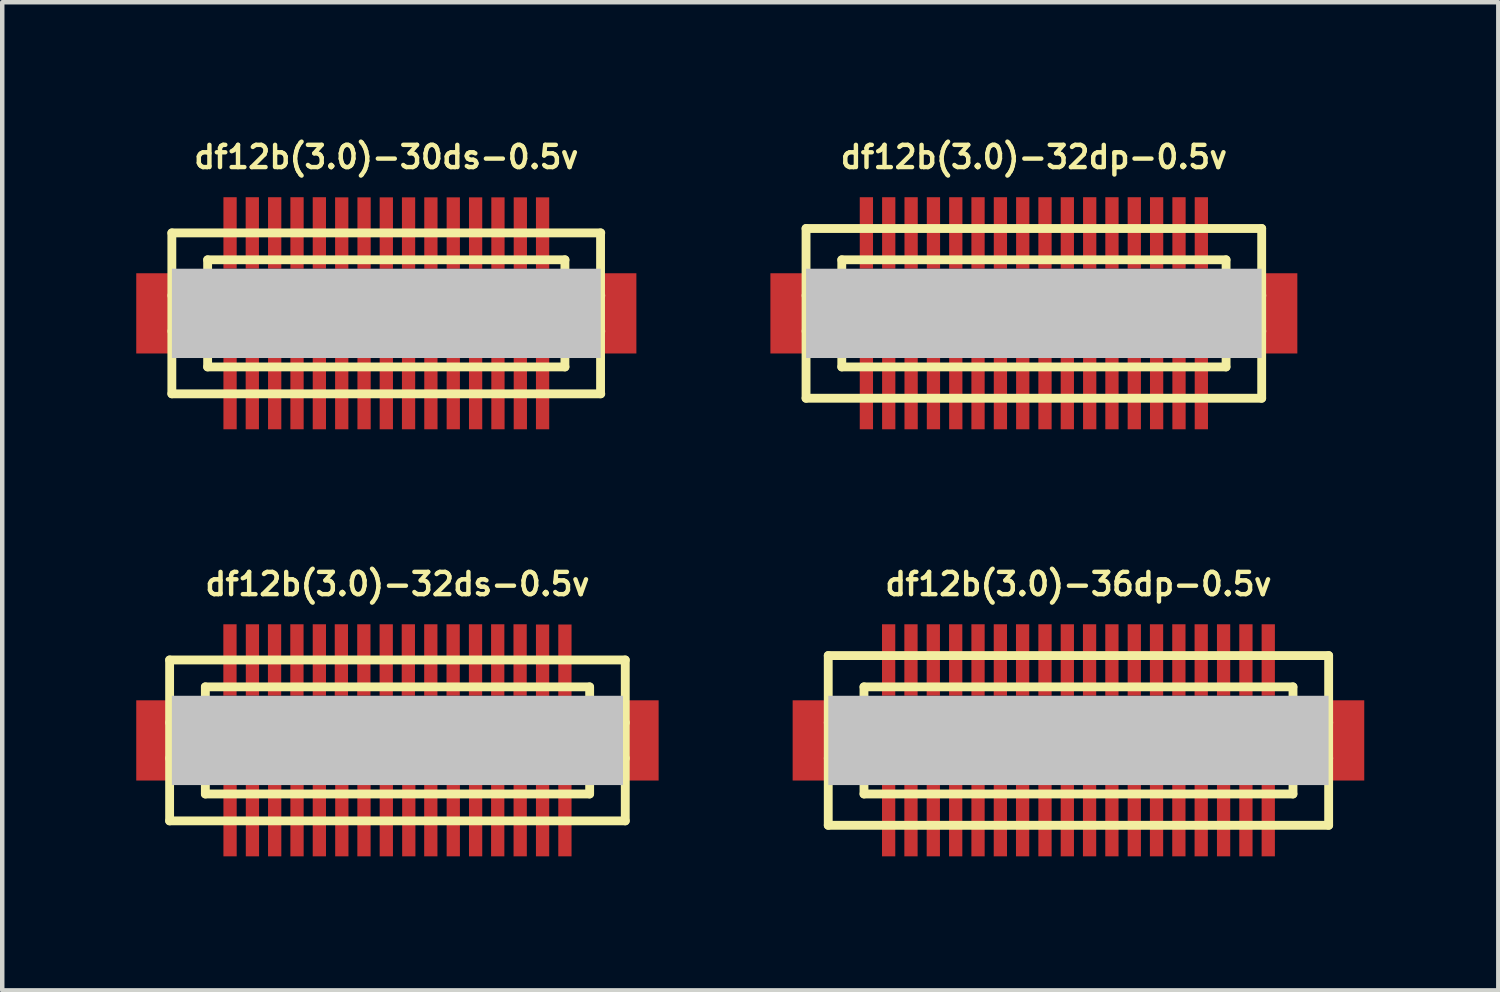
<source format=kicad_pcb>
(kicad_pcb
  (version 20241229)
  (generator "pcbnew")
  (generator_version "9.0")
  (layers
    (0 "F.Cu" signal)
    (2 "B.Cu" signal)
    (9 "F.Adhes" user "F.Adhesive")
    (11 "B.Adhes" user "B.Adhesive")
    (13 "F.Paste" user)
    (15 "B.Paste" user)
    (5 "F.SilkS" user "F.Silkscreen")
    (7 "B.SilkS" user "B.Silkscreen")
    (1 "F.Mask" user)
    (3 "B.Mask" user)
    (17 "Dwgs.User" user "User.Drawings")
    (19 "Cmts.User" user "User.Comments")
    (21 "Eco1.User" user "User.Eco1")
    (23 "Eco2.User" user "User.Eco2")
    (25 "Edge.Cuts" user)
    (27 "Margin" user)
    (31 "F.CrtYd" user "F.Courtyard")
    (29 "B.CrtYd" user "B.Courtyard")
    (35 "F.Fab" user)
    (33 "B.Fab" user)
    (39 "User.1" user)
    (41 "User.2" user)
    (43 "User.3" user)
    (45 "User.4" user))
  (footprint "df12b(3.0)-32ds-0.5v"
    (layer "F.Cu")
    (at 5.847 13.525)
    (property "Reference" "df12b(3.0)-32ds-0.5v" (at 0 -3.5 0) (layer "F.SilkS") (effects (font (size 0.498 0.498) (thickness 0.099))))
    (attr smd)
    (fp_line (start -5.1 -1.801) (end 5.1 -1.801) (stroke (width 0.198) (type solid)) (layer "F.SilkS"))
    (fp_line (start -5.1 1.801) (end -5.1 -1.801) (stroke (width 0.198) (type solid)) (layer "F.SilkS"))
    (fp_line (start -4.3 -1.199) (end 4.3 -1.199) (stroke (width 0.198) (type solid)) (layer "F.SilkS"))
    (fp_line (start -4.3 -0.399) (end -5.1 -0.399) (stroke (width 0.198) (type solid)) (layer "F.SilkS"))
    (fp_line (start -4.3 0.399) (end -5.1 0.399) (stroke (width 0.198) (type solid)) (layer "F.SilkS"))
    (fp_line (start -4.3 0.701) (end 4.3 0.701) (stroke (width 0.198) (type solid)) (layer "F.SilkS"))
    (fp_line (start -4.3 1.199) (end -4.3 -1.199) (stroke (width 0.198) (type solid)) (layer "F.SilkS"))
    (fp_line (start 4.3 -0.701) (end -4.3 -0.701) (stroke (width 0.198) (type solid)) (layer "F.SilkS"))
    (fp_line (start 4.3 1.199) (end -4.3 1.199) (stroke (width 0.198) (type solid)) (layer "F.SilkS"))
    (fp_line (start 4.303 -1.199) (end 4.303 1.199) (stroke (width 0.198) (type solid)) (layer "F.SilkS"))
    (fp_line (start 4.303 -0.399) (end 5.103 -0.399) (stroke (width 0.198) (type solid)) (layer "F.SilkS"))
    (fp_line (start 5.1 -1.801) (end 5.1 1.801) (stroke (width 0.198) (type solid)) (layer "F.SilkS"))
    (fp_line (start 5.1 1.801) (end -5.1 1.801) (stroke (width 0.198) (type solid)) (layer "F.SilkS"))
    (fp_line (start 5.103 0.399) (end 4.303 0.399) (stroke (width 0.198) (type solid)) (layer "F.SilkS"))
    (pad "" smd rect (at -5.448 0) (size 0.798 1.796) (layers "F.Cu" "F.Mask" "F.Paste"))
    (pad "" smd rect (at 0 0) (size 10.099 1.999) (layers "Dwgs.User"))
    (pad "" smd rect (at 5.448 0) (size 0.798 1.796) (layers "F.Cu" "F.Mask" "F.Paste"))
    (pad "1" smd rect (at -3.747 1.796) (size 0.297 1.598) (layers "F.Cu" "F.Mask" "F.Paste"))
    (pad "2" smd rect (at -3.246 1.796) (size 0.297 1.598) (layers "F.Cu" "F.Mask" "F.Paste"))
    (pad "3" smd rect (at -2.748 1.796) (size 0.297 1.598) (layers "F.Cu" "F.Mask" "F.Paste"))
    (pad "4" smd rect (at -2.248 1.796) (size 0.297 1.598) (layers "F.Cu" "F.Mask" "F.Paste"))
    (pad "5" smd rect (at -1.748 1.796) (size 0.297 1.598) (layers "F.Cu" "F.Mask" "F.Paste"))
    (pad "6" smd rect (at -1.245 1.796) (size 0.297 1.598) (layers "F.Cu" "F.Mask" "F.Paste"))
    (pad "7" smd rect (at -0.749 1.796) (size 0.297 1.598) (layers "F.Cu" "F.Mask" "F.Paste"))
    (pad "8" smd rect (at -0.249 1.796) (size 0.297 1.598) (layers "F.Cu" "F.Mask" "F.Paste"))
    (pad "9" smd rect (at 0.254 1.796) (size 0.297 1.598) (layers "F.Cu" "F.Mask" "F.Paste"))
    (pad "10" smd rect (at 0.747 1.796) (size 0.297 1.598) (layers "F.Cu" "F.Mask" "F.Paste"))
    (pad "11" smd rect (at 1.25 1.796) (size 0.297 1.598) (layers "F.Cu" "F.Mask" "F.Paste"))
    (pad "12" smd rect (at 1.75 1.796) (size 0.297 1.598) (layers "F.Cu" "F.Mask" "F.Paste"))
    (pad "13" smd rect (at 2.245 1.796) (size 0.297 1.598) (layers "F.Cu" "F.Mask" "F.Paste"))
    (pad "14" smd rect (at 2.748 1.796) (size 0.297 1.598) (layers "F.Cu" "F.Mask" "F.Paste"))
    (pad "15" smd rect (at 3.249 1.796) (size 0.297 1.598) (layers "F.Cu" "F.Mask" "F.Paste"))
    (pad "16" smd rect (at 3.749 1.796) (size 0.297 1.598) (layers "F.Cu" "F.Mask" "F.Paste"))
    (pad "17" smd rect (at 3.749 -1.796) (size 0.297 1.598) (layers "F.Cu" "F.Mask" "F.Paste"))
    (pad "18" smd rect (at 3.249 -1.796) (size 0.297 1.598) (layers "F.Cu" "F.Mask" "F.Paste"))
    (pad "19" smd rect (at 2.746 -1.801) (size 0.297 1.598) (layers "F.Cu" "F.Mask" "F.Paste"))
    (pad "20" smd rect (at 2.245 -1.801) (size 0.297 1.598) (layers "F.Cu" "F.Mask" "F.Paste"))
    (pad "21" smd rect (at 1.748 -1.801) (size 0.297 1.598) (layers "F.Cu" "F.Mask" "F.Paste"))
    (pad "22" smd rect (at 1.247 -1.801) (size 0.297 1.598) (layers "F.Cu" "F.Mask" "F.Paste"))
    (pad "23" smd rect (at 0.747 -1.801) (size 0.297 1.598) (layers "F.Cu" "F.Mask" "F.Paste"))
    (pad "24" smd rect (at 0.244 -1.801) (size 0.297 1.598) (layers "F.Cu" "F.Mask" "F.Paste"))
    (pad "25" smd rect (at -0.251 -1.801) (size 0.297 1.598) (layers "F.Cu" "F.Mask" "F.Paste"))
    (pad "26" smd rect (at -0.752 -1.801) (size 0.297 1.598) (layers "F.Cu" "F.Mask" "F.Paste"))
    (pad "27" smd rect (at -1.255 -1.801) (size 0.297 1.598) (layers "F.Cu" "F.Mask" "F.Paste"))
    (pad "28" smd rect (at -1.748 -1.801) (size 0.297 1.598) (layers "F.Cu" "F.Mask" "F.Paste"))
    (pad "29" smd rect (at -2.25 -1.801) (size 0.297 1.598) (layers "F.Cu" "F.Mask" "F.Paste"))
    (pad "30" smd rect (at -2.751 -1.801) (size 0.297 1.598) (layers "F.Cu" "F.Mask" "F.Paste"))
    (pad "31" smd rect (at -3.246 -1.801) (size 0.297 1.598) (layers "F.Cu" "F.Mask" "F.Paste"))
    (pad "32" smd rect (at -3.749 -1.801) (size 0.297 1.598) (layers "F.Cu" "F.Mask" "F.Paste")))
  (footprint "df12b(3.0)-30ds-0.5v"
    (layer "F.Cu")
    (at 5.598 3.965)
    (property "Reference" "df12b(3.0)-30ds-0.5v" (at 0 -3.5 0) (layer "F.SilkS") (effects (font (size 0.498 0.498) (thickness 0.099))))
    (attr smd)
    (fp_line (start -4.801 1.801) (end -4.801 -1.801) (stroke (width 0.198) (type solid)) (layer "F.SilkS"))
    (fp_line (start -4.801 1.801) (end 4.801 1.801) (stroke (width 0.198) (type solid)) (layer "F.SilkS"))
    (fp_line (start -4 -0.701) (end 4 -0.701) (stroke (width 0.198) (type solid)) (layer "F.SilkS"))
    (fp_line (start -4 -0.399) (end -4.801 -0.399) (stroke (width 0.198) (type solid)) (layer "F.SilkS"))
    (fp_line (start -4 0.399) (end -4.801 0.399) (stroke (width 0.198) (type solid)) (layer "F.SilkS"))
    (fp_line (start -4 1.199) (end -4 -1.199) (stroke (width 0.198) (type solid)) (layer "F.SilkS"))
    (fp_line (start 3.998 -1.199) (end 3.998 1.199) (stroke (width 0.198) (type solid)) (layer "F.SilkS"))
    (fp_line (start 4 -1.199) (end -4 -1.199) (stroke (width 0.198) (type solid)) (layer "F.SilkS"))
    (fp_line (start 4 -0.399) (end 4.801 -0.399) (stroke (width 0.198) (type solid)) (layer "F.SilkS"))
    (fp_line (start 4 0.701) (end -4 0.701) (stroke (width 0.198) (type solid)) (layer "F.SilkS"))
    (fp_line (start 4 1.199) (end -4 1.199) (stroke (width 0.198) (type solid)) (layer "F.SilkS"))
    (fp_line (start 4.796 -1.801) (end 4.796 1.801) (stroke (width 0.198) (type solid)) (layer "F.SilkS"))
    (fp_line (start 4.801 -1.801) (end -4.801 -1.801) (stroke (width 0.198) (type solid)) (layer "F.SilkS"))
    (fp_line (start 4.801 0.399) (end 4 0.399) (stroke (width 0.198) (type solid)) (layer "F.SilkS"))
    (pad "" smd rect (at -5.199 0) (size 0.798 1.796) (layers "F.Cu" "F.Mask" "F.Paste"))
    (pad "" smd rect (at 0 0) (size 9.599 1.999) (layers "Dwgs.User"))
    (pad "" smd rect (at 5.199 0) (size 0.798 1.796) (layers "F.Cu" "F.Mask" "F.Paste"))
    (pad "1" smd rect (at -3.498 1.796) (size 0.297 1.598) (layers "F.Cu" "F.Mask" "F.Paste"))
    (pad "2" smd rect (at -3 1.796) (size 0.297 1.598) (layers "F.Cu" "F.Mask" "F.Paste"))
    (pad "3" smd rect (at -2.499 1.796) (size 0.297 1.598) (layers "F.Cu" "F.Mask" "F.Paste"))
    (pad "4" smd rect (at -1.999 1.796) (size 0.297 1.598) (layers "F.Cu" "F.Mask" "F.Paste"))
    (pad "5" smd rect (at -1.499 1.796) (size 0.297 1.598) (layers "F.Cu" "F.Mask" "F.Paste"))
    (pad "6" smd rect (at -0.998 1.796) (size 0.297 1.598) (layers "F.Cu" "F.Mask" "F.Paste"))
    (pad "7" smd rect (at -0.498 1.796) (size 0.297 1.598) (layers "F.Cu" "F.Mask" "F.Paste"))
    (pad "8" smd rect (at 0 1.796) (size 0.297 1.598) (layers "F.Cu" "F.Mask" "F.Paste"))
    (pad "9" smd rect (at 0.498 1.796) (size 0.297 1.598) (layers "F.Cu" "F.Mask" "F.Paste"))
    (pad "10" smd rect (at 0.998 1.796) (size 0.297 1.598) (layers "F.Cu" "F.Mask" "F.Paste"))
    (pad "11" smd rect (at 1.499 1.796) (size 0.297 1.598) (layers "F.Cu" "F.Mask" "F.Paste"))
    (pad "12" smd rect (at 1.999 1.796) (size 0.297 1.598) (layers "F.Cu" "F.Mask" "F.Paste"))
    (pad "13" smd rect (at 2.499 1.796) (size 0.297 1.598) (layers "F.Cu" "F.Mask" "F.Paste"))
    (pad "14" smd rect (at 3 1.796) (size 0.297 1.598) (layers "F.Cu" "F.Mask" "F.Paste"))
    (pad "15" smd rect (at 3.498 1.796) (size 0.297 1.598) (layers "F.Cu" "F.Mask" "F.Paste"))
    (pad "16" smd rect (at 3.498 -1.798) (size 0.297 1.598) (layers "F.Cu" "F.Mask" "F.Paste"))
    (pad "17" smd rect (at 3 -1.798) (size 0.297 1.598) (layers "F.Cu" "F.Mask" "F.Paste"))
    (pad "18" smd rect (at 2.499 -1.798) (size 0.297 1.598) (layers "F.Cu" "F.Mask" "F.Paste"))
    (pad "19" smd rect (at 1.999 -1.798) (size 0.297 1.598) (layers "F.Cu" "F.Mask" "F.Paste"))
    (pad "20" smd rect (at 1.499 -1.798) (size 0.297 1.598) (layers "F.Cu" "F.Mask" "F.Paste"))
    (pad "21" smd rect (at 0.998 -1.798) (size 0.297 1.598) (layers "F.Cu" "F.Mask" "F.Paste"))
    (pad "22" smd rect (at 0.498 -1.798) (size 0.297 1.598) (layers "F.Cu" "F.Mask" "F.Paste"))
    (pad "23" smd rect (at 0 -1.798) (size 0.297 1.598) (layers "F.Cu" "F.Mask" "F.Paste"))
    (pad "24" smd rect (at -0.498 -1.798) (size 0.297 1.598) (layers "F.Cu" "F.Mask" "F.Paste"))
    (pad "25" smd rect (at -0.998 -1.798) (size 0.297 1.598) (layers "F.Cu" "F.Mask" "F.Paste"))
    (pad "26" smd rect (at -1.499 -1.801) (size 0.297 1.598) (layers "F.Cu" "F.Mask" "F.Paste"))
    (pad "27" smd rect (at -1.999 -1.801) (size 0.297 1.598) (layers "F.Cu" "F.Mask" "F.Paste"))
    (pad "28" smd rect (at -2.499 -1.801) (size 0.297 1.598) (layers "F.Cu" "F.Mask" "F.Paste"))
    (pad "29" smd rect (at -3 -1.801) (size 0.297 1.598) (layers "F.Cu" "F.Mask" "F.Paste"))
    (pad "30" smd rect (at -3.498 -1.801) (size 0.297 1.598) (layers "F.Cu" "F.Mask" "F.Paste")))
  (footprint "df12b(3.0)-32dp-0.5v"
    (layer "F.Cu")
    (at 20.094 3.965)
    (property "Reference" "df12b(3.0)-32dp-0.5v" (at 0 -3.5 0) (layer "F.SilkS") (effects (font (size 0.498 0.498) (thickness 0.099))))
    (attr smd)
    (fp_line (start -5.1 -1.9) (end -5.1 1.9) (stroke (width 0.198) (type solid)) (layer "F.SilkS"))
    (fp_line (start -5.1 -1.9) (end 5.1 -1.9) (stroke (width 0.198) (type solid)) (layer "F.SilkS"))
    (fp_line (start -4.3 -0.399) (end -5.1 -0.399) (stroke (width 0.198) (type solid)) (layer "F.SilkS"))
    (fp_line (start -4.3 0.399) (end -5.1 0.399) (stroke (width 0.198) (type solid)) (layer "F.SilkS"))
    (fp_line (start -4.3 1.199) (end -4.3 -1.199) (stroke (width 0.198) (type solid)) (layer "F.SilkS"))
    (fp_line (start -4.3 1.199) (end 4.3 1.199) (stroke (width 0.198) (type solid)) (layer "F.SilkS"))
    (fp_line (start 4.3 -1.199) (end -4.3 -1.199) (stroke (width 0.198) (type solid)) (layer "F.SilkS"))
    (fp_line (start 4.303 -1.199) (end 4.303 1.199) (stroke (width 0.198) (type solid)) (layer "F.SilkS"))
    (fp_line (start 4.303 -0.399) (end 5.103 -0.399) (stroke (width 0.198) (type solid)) (layer "F.SilkS"))
    (fp_line (start 5.1 1.9) (end -5.1 1.9) (stroke (width 0.198) (type solid)) (layer "F.SilkS"))
    (fp_line (start 5.1 1.9) (end 5.1 -1.9) (stroke (width 0.198) (type solid)) (layer "F.SilkS"))
    (fp_line (start 5.103 0.399) (end 4.303 0.399) (stroke (width 0.198) (type solid)) (layer "F.SilkS"))
    (pad "" smd rect (at -5.499 0) (size 0.798 1.796) (layers "F.Cu" "F.Mask" "F.Paste"))
    (pad "" smd rect (at 0 0) (size 10.198 1.999) (layers "Dwgs.User"))
    (pad "" smd rect (at 5.499 0) (size 0.798 1.796) (layers "F.Cu" "F.Mask" "F.Paste"))
    (pad "1" smd rect (at 3.749 1.796) (size 0.297 1.598) (layers "F.Cu" "F.Mask" "F.Paste"))
    (pad "2" smd rect (at 3.249 1.796) (size 0.297 1.598) (layers "F.Cu" "F.Mask" "F.Paste"))
    (pad "3" smd rect (at 2.748 1.796) (size 0.297 1.598) (layers "F.Cu" "F.Mask" "F.Paste"))
    (pad "4" smd rect (at 2.248 1.796) (size 0.297 1.598) (layers "F.Cu" "F.Mask" "F.Paste"))
    (pad "5" smd rect (at 1.748 1.796) (size 0.297 1.598) (layers "F.Cu" "F.Mask" "F.Paste"))
    (pad "6" smd rect (at 1.25 1.796) (size 0.297 1.598) (layers "F.Cu" "F.Mask" "F.Paste"))
    (pad "7" smd rect (at 0.749 1.796) (size 0.297 1.598) (layers "F.Cu" "F.Mask" "F.Paste"))
    (pad "8" smd rect (at 0.249 1.796) (size 0.297 1.598) (layers "F.Cu" "F.Mask" "F.Paste"))
    (pad "9" smd rect (at -0.249 1.796) (size 0.297 1.598) (layers "F.Cu" "F.Mask" "F.Paste"))
    (pad "10" smd rect (at -0.749 1.796) (size 0.297 1.598) (layers "F.Cu" "F.Mask" "F.Paste"))
    (pad "11" smd rect (at -1.25 1.796) (size 0.297 1.598) (layers "F.Cu" "F.Mask" "F.Paste"))
    (pad "12" smd rect (at -1.748 1.796) (size 0.297 1.598) (layers "F.Cu" "F.Mask" "F.Paste"))
    (pad "13" smd rect (at -2.248 1.796) (size 0.297 1.598) (layers "F.Cu" "F.Mask" "F.Paste"))
    (pad "14" smd rect (at -2.748 1.796) (size 0.297 1.598) (layers "F.Cu" "F.Mask" "F.Paste"))
    (pad "15" smd rect (at -3.249 1.796) (size 0.297 1.598) (layers "F.Cu" "F.Mask" "F.Paste"))
    (pad "16" smd rect (at -3.749 1.796) (size 0.297 1.598) (layers "F.Cu" "F.Mask" "F.Paste"))
    (pad "17" smd rect (at -3.749 -1.801) (size 0.297 1.598) (layers "F.Cu" "F.Mask" "F.Paste"))
    (pad "18" smd rect (at -3.249 -1.801) (size 0.297 1.598) (layers "F.Cu" "F.Mask" "F.Paste"))
    (pad "19" smd rect (at -2.748 -1.801) (size 0.297 1.598) (layers "F.Cu" "F.Mask" "F.Paste"))
    (pad "20" smd rect (at -2.248 -1.801) (size 0.297 1.598) (layers "F.Cu" "F.Mask" "F.Paste"))
    (pad "21" smd rect (at -1.748 -1.801) (size 0.297 1.598) (layers "F.Cu" "F.Mask" "F.Paste"))
    (pad "22" smd rect (at -1.25 -1.801) (size 0.297 1.598) (layers "F.Cu" "F.Mask" "F.Paste"))
    (pad "23" smd rect (at -0.749 -1.801) (size 0.297 1.598) (layers "F.Cu" "F.Mask" "F.Paste"))
    (pad "24" smd rect (at -0.249 -1.801) (size 0.297 1.598) (layers "F.Cu" "F.Mask" "F.Paste"))
    (pad "25" smd rect (at 0.249 -1.801) (size 0.297 1.598) (layers "F.Cu" "F.Mask" "F.Paste"))
    (pad "26" smd rect (at 0.749 -1.801) (size 0.297 1.598) (layers "F.Cu" "F.Mask" "F.Paste"))
    (pad "27" smd rect (at 1.25 -1.801) (size 0.297 1.598) (layers "F.Cu" "F.Mask" "F.Paste"))
    (pad "28" smd rect (at 1.748 -1.801) (size 0.297 1.598) (layers "F.Cu" "F.Mask" "F.Paste"))
    (pad "29" smd rect (at 2.248 -1.801) (size 0.297 1.598) (layers "F.Cu" "F.Mask" "F.Paste"))
    (pad "30" smd rect (at 2.748 -1.801) (size 0.297 1.598) (layers "F.Cu" "F.Mask" "F.Paste"))
    (pad "31" smd rect (at 3.249 -1.801) (size 0.297 1.598) (layers "F.Cu" "F.Mask" "F.Paste"))
    (pad "32" smd rect (at 3.749 -1.801) (size 0.297 1.598) (layers "F.Cu" "F.Mask" "F.Paste")))
  (footprint "df12b(3.0)-36dp-0.5v"
    (layer "F.Cu")
    (at 21.092 13.525)
    (property "Reference" "df12b(3.0)-36dp-0.5v" (at 0 -3.5 0) (layer "F.SilkS") (effects (font (size 0.498 0.498) (thickness 0.099))))
    (attr smd)
    (fp_line (start -5.601 -1.9) (end -5.601 1.9) (stroke (width 0.198) (type solid)) (layer "F.SilkS"))
    (fp_line (start -5.601 -1.9) (end 5.601 -1.9) (stroke (width 0.198) (type solid)) (layer "F.SilkS"))
    (fp_line (start -4.801 -0.399) (end -5.601 -0.399) (stroke (width 0.198) (type solid)) (layer "F.SilkS"))
    (fp_line (start -4.801 0.399) (end -5.601 0.399) (stroke (width 0.198) (type solid)) (layer "F.SilkS"))
    (fp_line (start -4.801 1.199) (end -4.801 -1.199) (stroke (width 0.198) (type solid)) (layer "F.SilkS"))
    (fp_line (start -4.801 1.199) (end 4.801 1.199) (stroke (width 0.198) (type solid)) (layer "F.SilkS"))
    (fp_line (start 4.801 -1.199) (end -4.801 -1.199) (stroke (width 0.198) (type solid)) (layer "F.SilkS"))
    (fp_line (start 4.803 -1.199) (end 4.803 1.199) (stroke (width 0.198) (type solid)) (layer "F.SilkS"))
    (fp_line (start 4.803 -0.399) (end 5.603 -0.399) (stroke (width 0.198) (type solid)) (layer "F.SilkS"))
    (fp_line (start 5.601 1.9) (end -5.601 1.9) (stroke (width 0.198) (type solid)) (layer "F.SilkS"))
    (fp_line (start 5.601 1.9) (end 5.601 -1.9) (stroke (width 0.198) (type solid)) (layer "F.SilkS"))
    (fp_line (start 5.603 0.399) (end 4.803 0.399) (stroke (width 0.198) (type solid)) (layer "F.SilkS"))
    (pad "" smd rect (at -5.999 0) (size 0.798 1.796) (layers "F.Cu" "F.Mask" "F.Paste"))
    (pad "" smd rect (at 0 0) (size 11.199 1.999) (layers "Dwgs.User"))
    (pad "" smd rect (at 5.999 0) (size 0.798 1.796) (layers "F.Cu" "F.Mask" "F.Paste"))
    (pad "1" smd rect (at 4.249 1.796) (size 0.297 1.598) (layers "F.Cu" "F.Mask" "F.Paste"))
    (pad "2" smd rect (at 3.749 1.796) (size 0.297 1.598) (layers "F.Cu" "F.Mask" "F.Paste"))
    (pad "3" smd rect (at 3.249 1.796) (size 0.297 1.598) (layers "F.Cu" "F.Mask" "F.Paste"))
    (pad "4" smd rect (at 2.748 1.796) (size 0.297 1.598) (layers "F.Cu" "F.Mask" "F.Paste"))
    (pad "5" smd rect (at 2.248 1.796) (size 0.297 1.598) (layers "F.Cu" "F.Mask" "F.Paste"))
    (pad "6" smd rect (at 1.748 1.796) (size 0.297 1.598) (layers "F.Cu" "F.Mask" "F.Paste"))
    (pad "7" smd rect (at 1.25 1.796) (size 0.297 1.598) (layers "F.Cu" "F.Mask" "F.Paste"))
    (pad "8" smd rect (at 0.749 1.796) (size 0.297 1.598) (layers "F.Cu" "F.Mask" "F.Paste"))
    (pad "9" smd rect (at 0.249 1.796) (size 0.297 1.598) (layers "F.Cu" "F.Mask" "F.Paste"))
    (pad "10" smd rect (at -0.249 1.796) (size 0.297 1.598) (layers "F.Cu" "F.Mask" "F.Paste"))
    (pad "11" smd rect (at -0.749 1.796) (size 0.297 1.598) (layers "F.Cu" "F.Mask" "F.Paste"))
    (pad "12" smd rect (at -1.25 1.796) (size 0.297 1.598) (layers "F.Cu" "F.Mask" "F.Paste"))
    (pad "13" smd rect (at -1.748 1.796) (size 0.297 1.598) (layers "F.Cu" "F.Mask" "F.Paste"))
    (pad "14" smd rect (at -2.248 1.796) (size 0.297 1.598) (layers "F.Cu" "F.Mask" "F.Paste"))
    (pad "15" smd rect (at -2.748 1.796) (size 0.297 1.598) (layers "F.Cu" "F.Mask" "F.Paste"))
    (pad "16" smd rect (at -3.249 1.796) (size 0.297 1.598) (layers "F.Cu" "F.Mask" "F.Paste"))
    (pad "17" smd rect (at -3.749 1.796) (size 0.297 1.598) (layers "F.Cu" "F.Mask" "F.Paste"))
    (pad "18" smd rect (at -4.249 1.796) (size 0.297 1.598) (layers "F.Cu" "F.Mask" "F.Paste"))
    (pad "19" smd rect (at -4.249 -1.801) (size 0.297 1.598) (layers "F.Cu" "F.Mask" "F.Paste"))
    (pad "20" smd rect (at -3.749 -1.801) (size 0.297 1.598) (layers "F.Cu" "F.Mask" "F.Paste"))
    (pad "21" smd rect (at -3.249 -1.801) (size 0.297 1.598) (layers "F.Cu" "F.Mask" "F.Paste"))
    (pad "22" smd rect (at -2.748 -1.801) (size 0.297 1.598) (layers "F.Cu" "F.Mask" "F.Paste"))
    (pad "23" smd rect (at -2.248 -1.801) (size 0.297 1.598) (layers "F.Cu" "F.Mask" "F.Paste"))
    (pad "24" smd rect (at -1.748 -1.801) (size 0.297 1.598) (layers "F.Cu" "F.Mask" "F.Paste"))
    (pad "25" smd rect (at -1.25 -1.801) (size 0.297 1.598) (layers "F.Cu" "F.Mask" "F.Paste"))
    (pad "26" smd rect (at -0.749 -1.801) (size 0.297 1.598) (layers "F.Cu" "F.Mask" "F.Paste"))
    (pad "27" smd rect (at -0.249 -1.801) (size 0.297 1.598) (layers "F.Cu" "F.Mask" "F.Paste"))
    (pad "28" smd rect (at 0.249 -1.801) (size 0.297 1.598) (layers "F.Cu" "F.Mask" "F.Paste"))
    (pad "29" smd rect (at 0.749 -1.801) (size 0.297 1.598) (layers "F.Cu" "F.Mask" "F.Paste"))
    (pad "30" smd rect (at 1.25 -1.801) (size 0.297 1.598) (layers "F.Cu" "F.Mask" "F.Paste"))
    (pad "31" smd rect (at 1.748 -1.801) (size 0.297 1.598) (layers "F.Cu" "F.Mask" "F.Paste"))
    (pad "32" smd rect (at 2.248 -1.801) (size 0.297 1.598) (layers "F.Cu" "F.Mask" "F.Paste"))
    (pad "33" smd rect (at 2.748 -1.801) (size 0.297 1.598) (layers "F.Cu" "F.Mask" "F.Paste"))
    (pad "34" smd rect (at 3.249 -1.801) (size 0.297 1.598) (layers "F.Cu" "F.Mask" "F.Paste"))
    (pad "35" smd rect (at 3.749 -1.801) (size 0.297 1.598) (layers "F.Cu" "F.Mask" "F.Paste"))
    (pad "36" smd rect (at 4.249 -1.801) (size 0.297 1.598) (layers "F.Cu" "F.Mask" "F.Paste")))
  (gr_rect
    (start -3 -3)
    (end 30.491 19.12)
    (stroke (width 0.1) (type default))
    (fill no)
    (layer "Edge.Cuts")))
</source>
